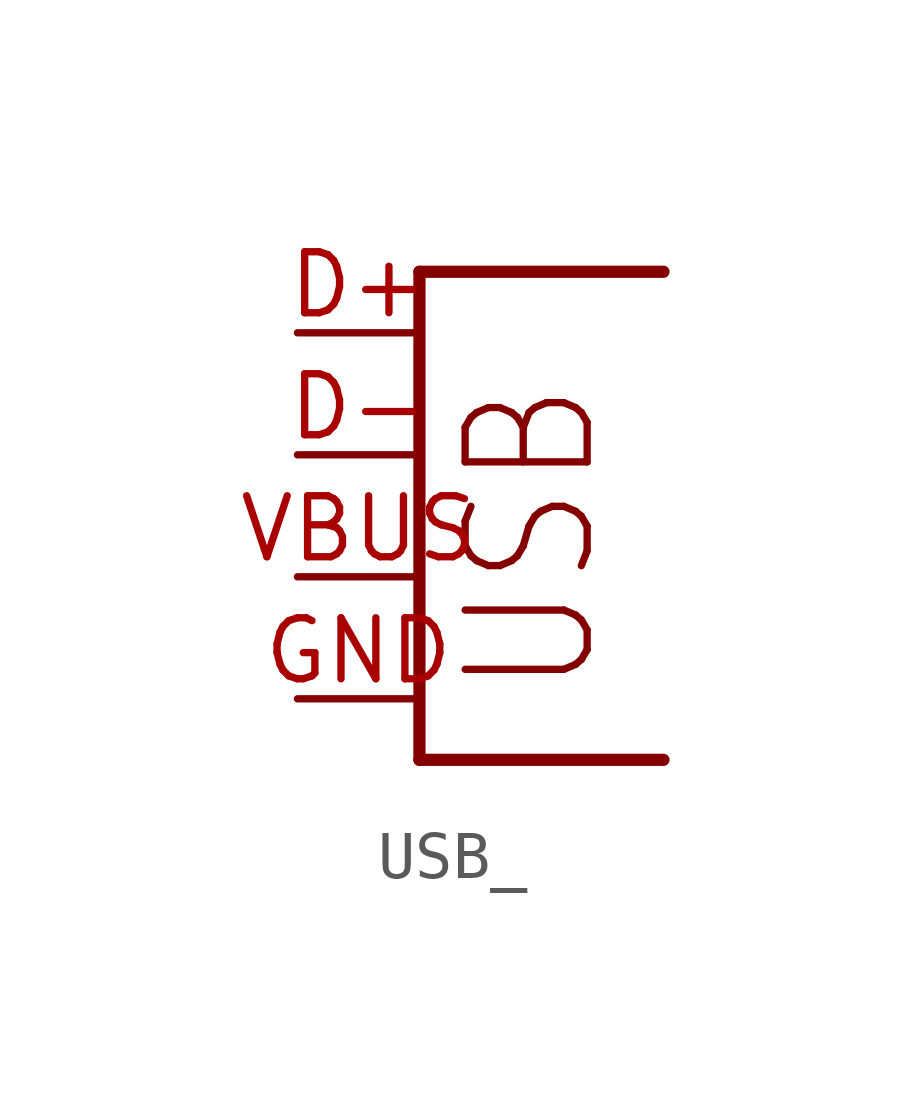
<source format=kicad_sym>
(kicad_symbol_lib
  (version 20231120)
  (generator "kicad_symbol_editor")
  (generator_version "8.0")
  (symbol "USB_"
    (property "Reference" "JP"
      (at 0 0 0)
      (effects (font (size 1.27 1.27)) (hide yes)))
    (property "ki_locked" ""
      (at 0 0 0)
      (effects (font (size 1.27 1.27))))
    (symbol "USB__1_0"
      (polyline (pts (xy 0 -1.27) (xy 5.08 -1.27)) (stroke (width 0.254) (type solid)) (fill (type none)))
      (polyline (pts (xy 0 8.89) (xy 0 -1.27)) (stroke (width 0.254) (type solid)) (fill (type none)))
      (polyline (pts (xy 5.08 8.89) (xy 0 8.89)) (stroke (width 0.254) (type solid)) (fill (type none)))
      (text "USB" (at 3.81 0 900) (effects (font (size 2.54 2.159)) (justify left bottom)))
      (pin bidirectional line (at -2.54 7.62 0) (length 2.54) (name "D+" (effects (font (size 0 0)))) (number "D+" (effects (font (size 1.27 1.27)))))
      (pin bidirectional line (at -2.54 5.08 0) (length 2.54) (name "D-" (effects (font (size 0 0)))) (number "D-" (effects (font (size 1.27 1.27)))))
      (pin bidirectional line (at -2.54 0 0) (length 2.54) (name "GND" (effects (font (size 0 0)))) (number "GND" (effects (font (size 1.27 1.27)))))
      (pin bidirectional line (at -2.54 2.54 0) (length 2.54) (name "VBUS" (effects (font (size 0 0)))) (number "VBUS" (effects (font (size 1.27 1.27))))))))
</source>
